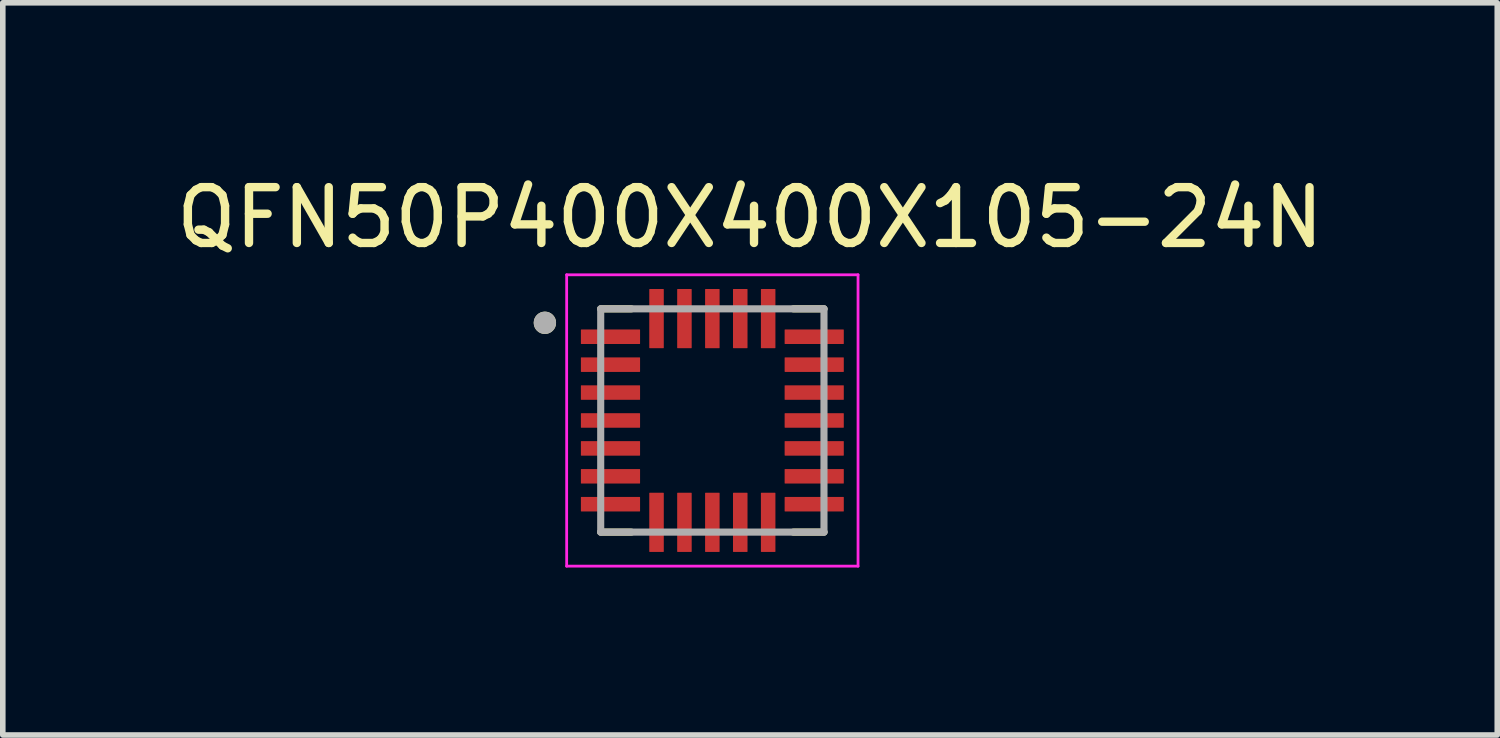
<source format=kicad_pcb>
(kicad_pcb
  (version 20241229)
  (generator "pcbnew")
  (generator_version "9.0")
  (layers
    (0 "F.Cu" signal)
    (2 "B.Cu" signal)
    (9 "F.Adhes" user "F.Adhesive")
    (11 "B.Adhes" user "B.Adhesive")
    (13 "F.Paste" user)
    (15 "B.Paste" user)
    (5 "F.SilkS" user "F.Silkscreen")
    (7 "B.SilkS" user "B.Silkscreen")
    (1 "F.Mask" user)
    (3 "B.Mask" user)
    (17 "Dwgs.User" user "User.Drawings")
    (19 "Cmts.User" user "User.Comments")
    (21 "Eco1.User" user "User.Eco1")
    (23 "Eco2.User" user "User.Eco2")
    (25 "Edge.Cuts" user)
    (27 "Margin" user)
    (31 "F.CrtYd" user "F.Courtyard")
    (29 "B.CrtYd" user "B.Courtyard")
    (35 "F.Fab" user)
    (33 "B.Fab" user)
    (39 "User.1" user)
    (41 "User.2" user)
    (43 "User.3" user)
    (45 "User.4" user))
  (footprint "QFN50P400X400X105-24N"
    (layer "F.Cu")
    (at 9.712 4.483)
    (property "Reference" "QFN50P400X400X105-24N" (at 0.675 -3.635 0) (layer "F.SilkS") (effects (font (size 1 1) (thickness 0.15))))
    (attr through_hole)
    (fp_line (start -2 -2) (end -1.45 -2) (stroke (width 0.127) (type solid)) (layer "F.SilkS"))
    (fp_line (start -2 2) (end -1.45 2) (stroke (width 0.127) (type solid)) (layer "F.SilkS"))
    (fp_line (start 2 -2) (end 1.45 -2) (stroke (width 0.127) (type solid)) (layer "F.SilkS"))
    (fp_line (start 2 2) (end 1.45 2) (stroke (width 0.127) (type solid)) (layer "F.SilkS"))
    (fp_circle (center -3 -1.75) (end -2.9 -1.75) (stroke (width 0.2) (type solid)) (fill no) (layer "F.SilkS"))
    (fp_line (start -2.61 -2.61) (end 2.61 -2.61) (stroke (width 0.05) (type solid)) (layer "F.CrtYd"))
    (fp_line (start -2.61 2.61) (end -2.61 -2.61) (stroke (width 0.05) (type solid)) (layer "F.CrtYd"))
    (fp_line (start -2.61 2.61) (end 2.61 2.61) (stroke (width 0.05) (type solid)) (layer "F.CrtYd"))
    (fp_line (start 2.61 2.61) (end 2.61 -2.61) (stroke (width 0.05) (type solid)) (layer "F.CrtYd"))
    (fp_line (start -2 2) (end -2 -2) (stroke (width 0.127) (type solid)) (layer "F.Fab"))
    (fp_line (start 2 -2) (end -2 -2) (stroke (width 0.127) (type solid)) (layer "F.Fab"))
    (fp_line (start 2 2) (end -2 2) (stroke (width 0.127) (type solid)) (layer "F.Fab"))
    (fp_line (start 2 2) (end 2 -2) (stroke (width 0.127) (type solid)) (layer "F.Fab"))
    (fp_circle (center -3 -1.75) (end -2.9 -1.75) (stroke (width 0.2) (type solid)) (fill no) (layer "F.Fab"))
    (pad "1" smd roundrect (at -1.825 -1.5) (size 1.06 0.26) (layers "F.Cu" "F.Mask" "F.Paste") (roundrect_rratio 0.03))
    (pad "2" smd roundrect (at -1.825 -1) (size 1.06 0.26) (layers "F.Cu" "F.Mask" "F.Paste") (roundrect_rratio 0.03))
    (pad "3" smd roundrect (at -1.825 -0.5) (size 1.06 0.26) (layers "F.Cu" "F.Mask" "F.Paste") (roundrect_rratio 0.03))
    (pad "4" smd roundrect (at -1.825 0) (size 1.06 0.26) (layers "F.Cu" "F.Mask" "F.Paste") (roundrect_rratio 0.03))
    (pad "5" smd roundrect (at -1.825 0.5) (size 1.06 0.26) (layers "F.Cu" "F.Mask" "F.Paste") (roundrect_rratio 0.03))
    (pad "6" smd roundrect (at -1.825 1) (size 1.06 0.26) (layers "F.Cu" "F.Mask" "F.Paste") (roundrect_rratio 0.03))
    (pad "7" smd roundrect (at -1.825 1.5) (size 1.06 0.26) (layers "F.Cu" "F.Mask" "F.Paste") (roundrect_rratio 0.03))
    (pad "8" smd roundrect (at -1 1.825 90) (size 1.06 0.26) (layers "F.Cu" "F.Mask" "F.Paste") (roundrect_rratio 0.03))
    (pad "9" smd roundrect (at -0.5 1.825 90) (size 1.06 0.26) (layers "F.Cu" "F.Mask" "F.Paste") (roundrect_rratio 0.03))
    (pad "10" smd roundrect (at 0 1.825 90) (size 1.06 0.26) (layers "F.Cu" "F.Mask" "F.Paste") (roundrect_rratio 0.03))
    (pad "11" smd roundrect (at 0.5 1.825 90) (size 1.06 0.26) (layers "F.Cu" "F.Mask" "F.Paste") (roundrect_rratio 0.03))
    (pad "12" smd roundrect (at 1 1.825 90) (size 1.06 0.26) (layers "F.Cu" "F.Mask" "F.Paste") (roundrect_rratio 0.03))
    (pad "13" smd roundrect (at 1.825 1.5 180) (size 1.06 0.26) (layers "F.Cu" "F.Mask" "F.Paste") (roundrect_rratio 0.03))
    (pad "14" smd roundrect (at 1.825 1 180) (size 1.06 0.26) (layers "F.Cu" "F.Mask" "F.Paste") (roundrect_rratio 0.03))
    (pad "15" smd roundrect (at 1.825 0.5 180) (size 1.06 0.26) (layers "F.Cu" "F.Mask" "F.Paste") (roundrect_rratio 0.03))
    (pad "16" smd roundrect (at 1.825 0 180) (size 1.06 0.26) (layers "F.Cu" "F.Mask" "F.Paste") (roundrect_rratio 0.03))
    (pad "17" smd roundrect (at 1.825 -0.5 180) (size 1.06 0.26) (layers "F.Cu" "F.Mask" "F.Paste") (roundrect_rratio 0.03))
    (pad "18" smd roundrect (at 1.825 -1 180) (size 1.06 0.26) (layers "F.Cu" "F.Mask" "F.Paste") (roundrect_rratio 0.03))
    (pad "19" smd roundrect (at 1.825 -1.5 180) (size 1.06 0.26) (layers "F.Cu" "F.Mask" "F.Paste") (roundrect_rratio 0.03))
    (pad "20" smd roundrect (at 1 -1.825 270) (size 1.06 0.26) (layers "F.Cu" "F.Mask" "F.Paste") (roundrect_rratio 0.03))
    (pad "21" smd roundrect (at 0.5 -1.825 270) (size 1.06 0.26) (layers "F.Cu" "F.Mask" "F.Paste") (roundrect_rratio 0.03))
    (pad "22" smd roundrect (at 0 -1.825 270) (size 1.06 0.26) (layers "F.Cu" "F.Mask" "F.Paste") (roundrect_rratio 0.03))
    (pad "23" smd roundrect (at -0.5 -1.825 270) (size 1.06 0.26) (layers "F.Cu" "F.Mask" "F.Paste") (roundrect_rratio 0.03))
    (pad "24" smd roundrect (at -1 -1.825 270) (size 1.06 0.26) (layers "F.Cu" "F.Mask" "F.Paste") (roundrect_rratio 0.03)))
  (gr_rect
    (start -3 -3)
    (end 23.774 10.118)
    (stroke (width 0.1) (type default))
    (fill no)
    (layer "Edge.Cuts")))
</source>
